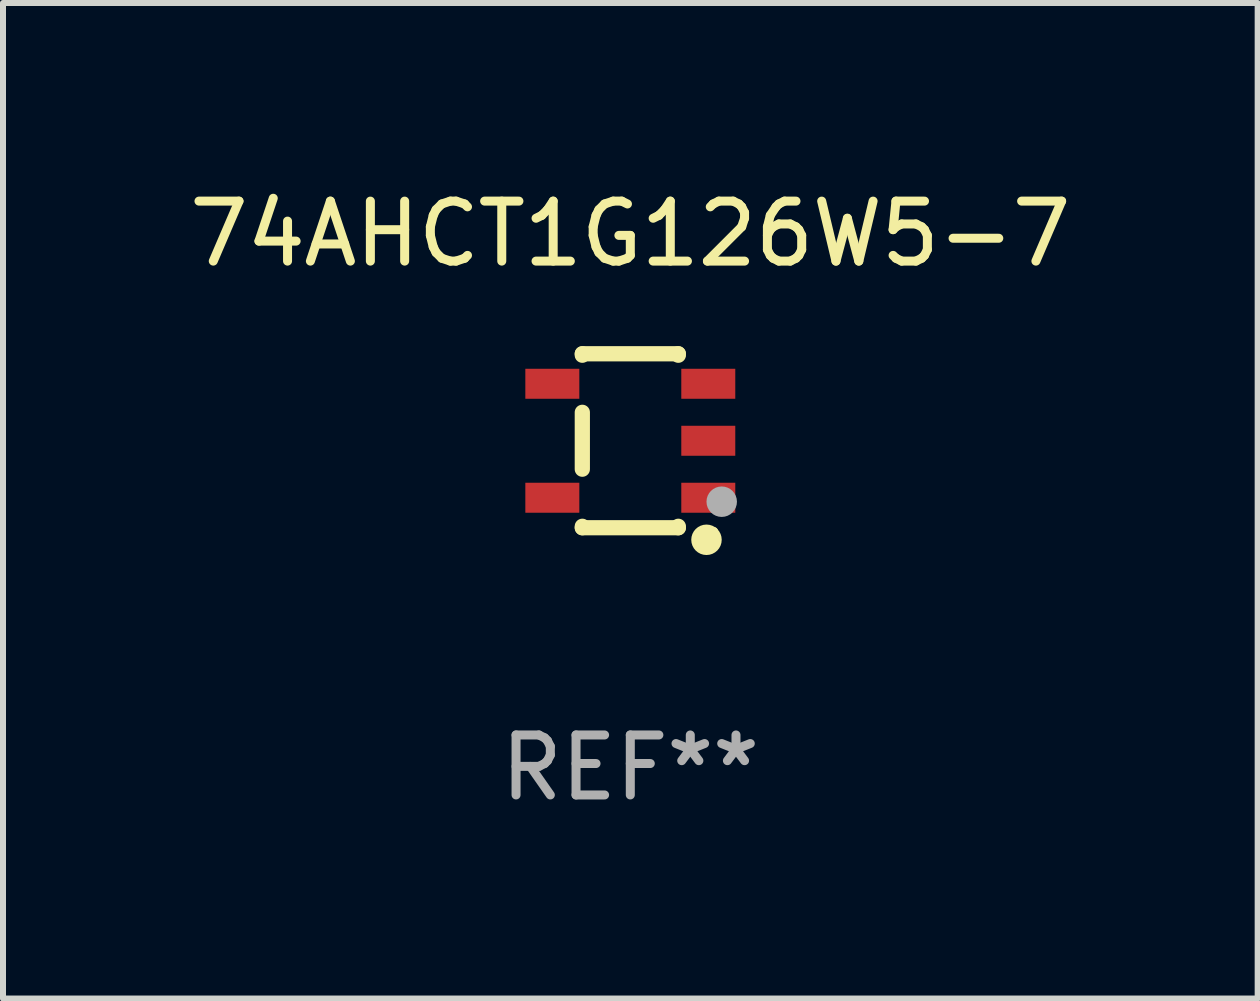
<source format=kicad_pcb>
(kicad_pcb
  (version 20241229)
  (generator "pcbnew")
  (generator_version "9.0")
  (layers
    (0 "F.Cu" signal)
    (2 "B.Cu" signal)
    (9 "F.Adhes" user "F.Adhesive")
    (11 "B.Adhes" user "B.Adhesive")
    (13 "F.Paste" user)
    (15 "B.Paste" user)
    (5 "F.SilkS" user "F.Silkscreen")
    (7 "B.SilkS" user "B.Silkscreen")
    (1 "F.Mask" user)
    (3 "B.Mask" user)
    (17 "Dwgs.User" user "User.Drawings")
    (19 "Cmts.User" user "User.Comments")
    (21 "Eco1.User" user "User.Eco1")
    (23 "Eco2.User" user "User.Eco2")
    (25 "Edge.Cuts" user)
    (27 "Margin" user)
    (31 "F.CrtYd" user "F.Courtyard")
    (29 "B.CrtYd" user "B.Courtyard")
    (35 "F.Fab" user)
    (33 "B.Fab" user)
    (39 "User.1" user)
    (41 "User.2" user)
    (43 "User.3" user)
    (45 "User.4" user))
  (footprint "74AHCT1G126W5-7"
    (layer "F.Cu")
    (at 7.458 4.298)
    (property "Reference" "74AHCT1G126W5-7" (at 0 -3.45 0) (layer "F.SilkS") (effects (font (size 1 1) (thickness 0.15))))
    (attr through_hole)
    (fp_line (start -0.8 -1.45) (end -0.8 -1.426) (stroke (width 0.254) (type solid)) (layer "F.SilkS"))
    (fp_line (start -0.8 -0.474) (end -0.8 0.474) (stroke (width 0.254) (type solid)) (layer "F.SilkS"))
    (fp_line (start -0.8 1.426) (end -0.8 1.45) (stroke (width 0.254) (type solid)) (layer "F.SilkS"))
    (fp_line (start 0.8 -1.45) (end -0.8 -1.45) (stroke (width 0.254) (type solid)) (layer "F.SilkS"))
    (fp_line (start 0.8 -1.426) (end 0.8 -1.45) (stroke (width 0.254) (type solid)) (layer "F.SilkS"))
    (fp_line (start 0.8 1.45) (end -0.8 1.45) (stroke (width 0.254) (type solid)) (layer "F.SilkS"))
    (fp_line (start 0.8 1.45) (end 0.8 1.426) (stroke (width 0.254) (type solid)) (layer "F.SilkS"))
    (fp_circle (center 1.27 1.651) (end 1.397 1.651) (stroke (width 0.254) (type solid)) (fill no) (layer "F.SilkS"))
    (fp_circle (center 1.4 1.5) (end 1.43 1.5) (stroke (width 0.06) (type solid)) (fill no) (layer "F.SilkS"))
    (fp_circle (center 1.524 1.016) (end 1.651 1.016) (stroke (width 0.254) (type solid)) (fill no) (layer "F.Fab"))
    (fp_text user "REF**" (at 0 5.45 0) (layer "F.Fab") (effects (font (size 1 1) (thickness 0.15))))
    (pad "1" smd rect (at 1.3 0.95 90) (size 0.5 0.9) (layers "F.Cu" "F.Mask" "F.Paste"))
    (pad "2" smd rect (at 1.3 0.000051 90) (size 0.5 0.9) (layers "F.Cu" "F.Mask" "F.Paste"))
    (pad "3" smd rect (at 1.3 -0.95 90) (size 0.5 0.9) (layers "F.Cu" "F.Mask" "F.Paste"))
    (pad "4" smd rect (at -1.3 -0.95 90) (size 0.5 0.9) (layers "F.Cu" "F.Mask" "F.Paste"))
    (pad "5" smd rect (at -1.3 0.95 90) (size 0.5 0.9) (layers "F.Cu" "F.Mask" "F.Paste")))
  (gr_rect
    (start -3 -3)
    (end 17.917 13.597)
    (stroke (width 0.1) (type default))
    (fill no)
    (layer "Edge.Cuts")))
</source>
